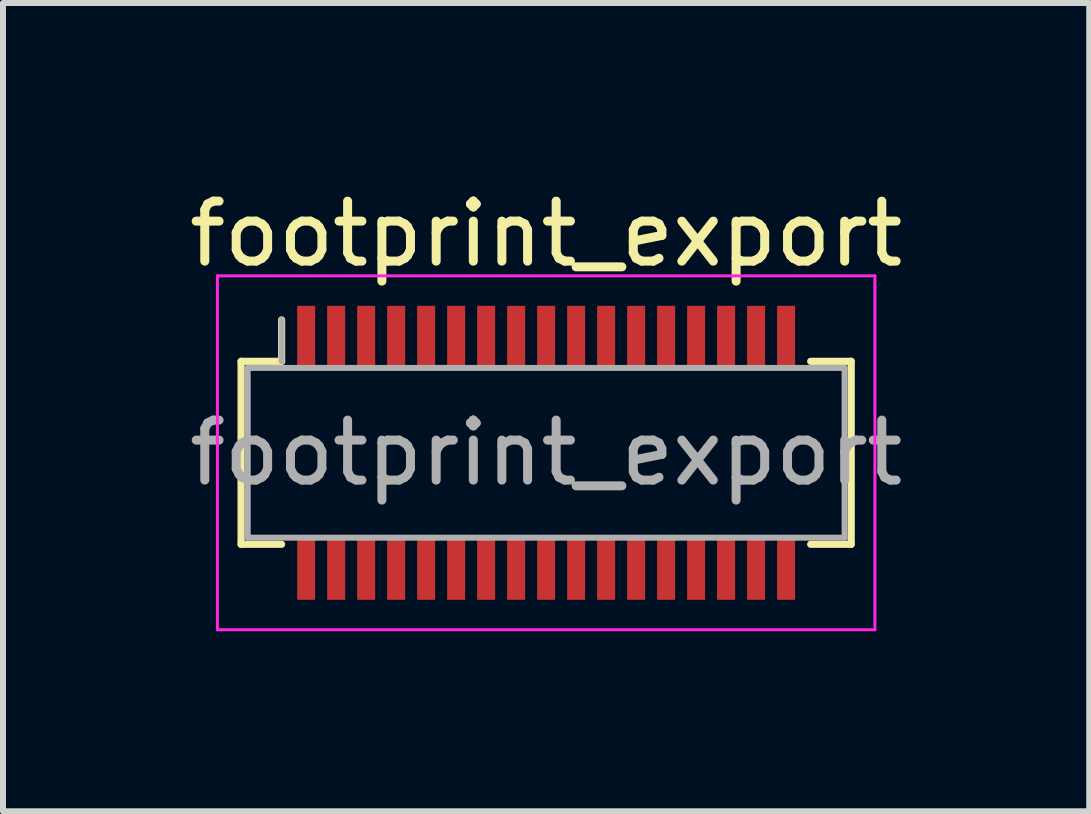
<source format=kicad_pcb>
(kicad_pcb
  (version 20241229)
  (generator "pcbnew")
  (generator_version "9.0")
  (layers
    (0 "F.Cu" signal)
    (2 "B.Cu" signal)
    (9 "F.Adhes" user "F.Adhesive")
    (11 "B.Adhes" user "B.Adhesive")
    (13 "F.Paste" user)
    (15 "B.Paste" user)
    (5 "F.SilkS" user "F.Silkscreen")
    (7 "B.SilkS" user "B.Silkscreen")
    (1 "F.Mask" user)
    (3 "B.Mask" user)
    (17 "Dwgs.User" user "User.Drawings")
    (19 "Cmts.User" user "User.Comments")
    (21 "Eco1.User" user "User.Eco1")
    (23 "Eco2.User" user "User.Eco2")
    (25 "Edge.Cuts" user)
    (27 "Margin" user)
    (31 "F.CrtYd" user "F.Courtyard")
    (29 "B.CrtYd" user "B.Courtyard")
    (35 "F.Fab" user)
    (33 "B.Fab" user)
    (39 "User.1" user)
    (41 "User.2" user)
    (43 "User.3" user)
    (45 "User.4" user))
  (footprint "footprint_export"
    (layer "F.Cu")
    (at 6.054 4.498)
    (property "Reference" "footprint_export" (at 0 -3.65 0) (layer "F.SilkS") (effects (font (size 1 1) (thickness 0.15))))
    (attr smd)
    (fp_line (start -5.085 -1.525) (end -4.41 -1.525) (stroke (width 0.12) (type solid)) (layer "F.SilkS"))
    (fp_line (start -5.085 1.525) (end -5.085 -1.525) (stroke (width 0.12) (type solid)) (layer "F.SilkS"))
    (fp_line (start -4.41 -1.525) (end -4.41 -2.215) (stroke (width 0.12) (type solid)) (layer "F.SilkS"))
    (fp_line (start -4.41 1.525) (end -5.085 1.525) (stroke (width 0.12) (type solid)) (layer "F.SilkS"))
    (fp_line (start 4.41 1.525) (end 5.085 1.525) (stroke (width 0.12) (type solid)) (layer "F.SilkS"))
    (fp_line (start 5.085 -1.525) (end 4.41 -1.525) (stroke (width 0.12) (type solid)) (layer "F.SilkS"))
    (fp_line (start 5.085 1.525) (end 5.085 -1.525) (stroke (width 0.12) (type solid)) (layer "F.SilkS"))
    (fp_line (start -5.48 -2.95) (end -5.48 2.95) (stroke (width 0.05) (type solid)) (layer "F.CrtYd"))
    (fp_line (start -5.48 2.95) (end 5.48 2.95) (stroke (width 0.05) (type solid)) (layer "F.CrtYd"))
    (fp_line (start 5.48 -2.95) (end -5.48 -2.95) (stroke (width 0.05) (type solid)) (layer "F.CrtYd"))
    (fp_line (start 5.48 2.95) (end 5.48 -2.95) (stroke (width 0.05) (type solid)) (layer "F.CrtYd"))
    (fp_line (start -4.975 -1.415) (end -4.975 1.415) (stroke (width 0.1) (type solid)) (layer "F.Fab"))
    (fp_line (start -4.975 1.415) (end 4.975 1.415) (stroke (width 0.1) (type solid)) (layer "F.Fab"))
    (fp_line (start -4.41 -1.525) (end -4.41 -2.215) (stroke (width 0.1) (type solid)) (layer "F.Fab"))
    (fp_line (start 4.975 -1.415) (end -4.975 -1.415) (stroke (width 0.1) (type solid)) (layer "F.Fab"))
    (fp_line (start 4.975 1.415) (end 4.975 -1.415) (stroke (width 0.1) (type solid)) (layer "F.Fab"))
    (fp_text user "${REFERENCE}" (at 0 0 0) (layer "F.Fab") (effects (font (size 1 1) (thickness 0.15))))
    (pad "1" smd rect (at -4 -1.95) (size 0.3 1) (layers "F.Cu" "F.Mask" "F.Paste"))
    (pad "2" smd rect (at -4 1.95) (size 0.3 1) (layers "F.Cu" "F.Mask" "F.Paste"))
    (pad "3" smd rect (at -3.5 -1.95) (size 0.3 1) (layers "F.Cu" "F.Mask" "F.Paste"))
    (pad "4" smd rect (at -3.5 1.95) (size 0.3 1) (layers "F.Cu" "F.Mask" "F.Paste"))
    (pad "5" smd rect (at -3 -1.95) (size 0.3 1) (layers "F.Cu" "F.Mask" "F.Paste"))
    (pad "6" smd rect (at -3 1.95) (size 0.3 1) (layers "F.Cu" "F.Mask" "F.Paste"))
    (pad "7" smd rect (at -2.5 -1.95) (size 0.3 1) (layers "F.Cu" "F.Mask" "F.Paste"))
    (pad "8" smd rect (at -2.5 1.95) (size 0.3 1) (layers "F.Cu" "F.Mask" "F.Paste"))
    (pad "9" smd rect (at -2 -1.95) (size 0.3 1) (layers "F.Cu" "F.Mask" "F.Paste"))
    (pad "10" smd rect (at -2 1.95) (size 0.3 1) (layers "F.Cu" "F.Mask" "F.Paste"))
    (pad "11" smd rect (at -1.5 -1.95) (size 0.3 1) (layers "F.Cu" "F.Mask" "F.Paste"))
    (pad "12" smd rect (at -1.5 1.95) (size 0.3 1) (layers "F.Cu" "F.Mask" "F.Paste"))
    (pad "13" smd rect (at -1 -1.95) (size 0.3 1) (layers "F.Cu" "F.Mask" "F.Paste"))
    (pad "14" smd rect (at -1 1.95) (size 0.3 1) (layers "F.Cu" "F.Mask" "F.Paste"))
    (pad "15" smd rect (at -0.5 -1.95) (size 0.3 1) (layers "F.Cu" "F.Mask" "F.Paste"))
    (pad "16" smd rect (at -0.5 1.95) (size 0.3 1) (layers "F.Cu" "F.Mask" "F.Paste"))
    (pad "17" smd rect (at 0 -1.95) (size 0.3 1) (layers "F.Cu" "F.Mask" "F.Paste"))
    (pad "18" smd rect (at 0 1.95) (size 0.3 1) (layers "F.Cu" "F.Mask" "F.Paste"))
    (pad "19" smd rect (at 0.5 -1.95) (size 0.3 1) (layers "F.Cu" "F.Mask" "F.Paste"))
    (pad "20" smd rect (at 0.5 1.95) (size 0.3 1) (layers "F.Cu" "F.Mask" "F.Paste"))
    (pad "21" smd rect (at 1 -1.95) (size 0.3 1) (layers "F.Cu" "F.Mask" "F.Paste"))
    (pad "22" smd rect (at 1 1.95) (size 0.3 1) (layers "F.Cu" "F.Mask" "F.Paste"))
    (pad "23" smd rect (at 1.5 -1.95) (size 0.3 1) (layers "F.Cu" "F.Mask" "F.Paste"))
    (pad "24" smd rect (at 1.5 1.95) (size 0.3 1) (layers "F.Cu" "F.Mask" "F.Paste"))
    (pad "25" smd rect (at 2 -1.95) (size 0.3 1) (layers "F.Cu" "F.Mask" "F.Paste"))
    (pad "26" smd rect (at 2 1.95) (size 0.3 1) (layers "F.Cu" "F.Mask" "F.Paste"))
    (pad "27" smd rect (at 2.5 -1.95) (size 0.3 1) (layers "F.Cu" "F.Mask" "F.Paste"))
    (pad "28" smd rect (at 2.5 1.95) (size 0.3 1) (layers "F.Cu" "F.Mask" "F.Paste"))
    (pad "29" smd rect (at 3 -1.95) (size 0.3 1) (layers "F.Cu" "F.Mask" "F.Paste"))
    (pad "30" smd rect (at 3 1.95) (size 0.3 1) (layers "F.Cu" "F.Mask" "F.Paste"))
    (pad "31" smd rect (at 3.5 -1.95) (size 0.3 1) (layers "F.Cu" "F.Mask" "F.Paste"))
    (pad "32" smd rect (at 3.5 1.95) (size 0.3 1) (layers "F.Cu" "F.Mask" "F.Paste"))
    (pad "33" smd rect (at 4 -1.95) (size 0.3 1) (layers "F.Cu" "F.Mask" "F.Paste"))
    (pad "34" smd rect (at 4 1.95) (size 0.3 1) (layers "F.Cu" "F.Mask" "F.Paste")))
  (gr_rect
    (start -3 -3)
    (end 15.107 10.473)
    (stroke (width 0.1) (type default))
    (fill no)
    (layer "Edge.Cuts")))
</source>
